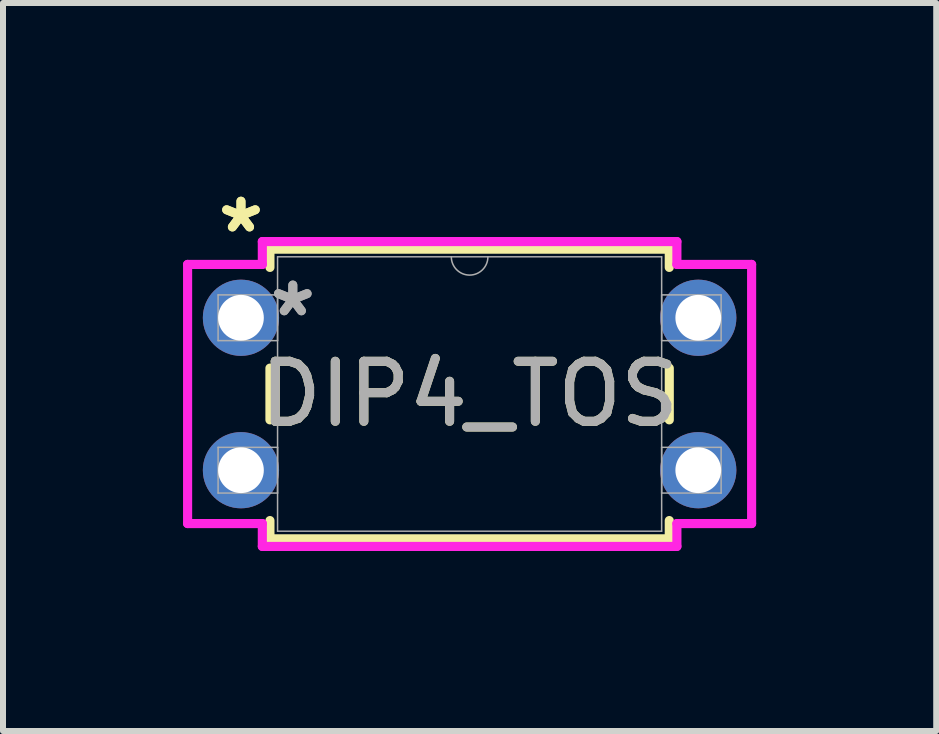
<source format=kicad_pcb>
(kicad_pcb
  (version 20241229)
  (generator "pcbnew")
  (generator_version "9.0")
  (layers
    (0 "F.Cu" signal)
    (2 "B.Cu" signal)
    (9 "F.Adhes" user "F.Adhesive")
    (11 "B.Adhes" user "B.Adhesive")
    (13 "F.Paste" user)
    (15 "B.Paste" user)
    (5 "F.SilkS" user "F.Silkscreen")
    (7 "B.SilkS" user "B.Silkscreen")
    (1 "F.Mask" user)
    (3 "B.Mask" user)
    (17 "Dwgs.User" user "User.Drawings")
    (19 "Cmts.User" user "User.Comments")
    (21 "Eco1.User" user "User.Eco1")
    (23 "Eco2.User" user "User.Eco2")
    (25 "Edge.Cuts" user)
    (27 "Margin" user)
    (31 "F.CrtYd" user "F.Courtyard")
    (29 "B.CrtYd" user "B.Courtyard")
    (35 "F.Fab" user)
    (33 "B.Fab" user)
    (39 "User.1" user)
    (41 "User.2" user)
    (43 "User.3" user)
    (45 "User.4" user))
  (footprint "DIP4_TOS"
    (layer "F.Cu")
    (at 0.965 2.245)
    (property "Reference" "DIP4_TOS" (at 3.81 1.27 0) (unlocked yes) (layer "F.SilkS") (effects (font (size 1 1) (thickness 0.15))))
    (attr through_hole)
    (fp_line (start 0.483 -1.143) (end 0.483 -0.839) (stroke (width 0.152) (type solid)) (layer "F.SilkS"))
    (fp_line (start 0.483 0.839) (end 0.483 1.701) (stroke (width 0.152) (type solid)) (layer "F.SilkS"))
    (fp_line (start 0.483 3.379) (end 0.483 3.683) (stroke (width 0.152) (type solid)) (layer "F.SilkS"))
    (fp_line (start 0.483 3.683) (end 7.137 3.683) (stroke (width 0.152) (type solid)) (layer "F.SilkS"))
    (fp_line (start 7.137 -1.143) (end 0.483 -1.143) (stroke (width 0.152) (type solid)) (layer "F.SilkS"))
    (fp_line (start 7.137 -0.839) (end 7.137 -1.143) (stroke (width 0.152) (type solid)) (layer "F.SilkS"))
    (fp_line (start 7.137 1.701) (end 7.137 0.839) (stroke (width 0.152) (type solid)) (layer "F.SilkS"))
    (fp_line (start 7.137 3.683) (end 7.137 3.379) (stroke (width 0.152) (type solid)) (layer "F.SilkS"))
    (fp_line (start -0.889 -0.889) (end 0.356 -0.889) (stroke (width 0.152) (type solid)) (layer "F.CrtYd"))
    (fp_line (start -0.889 3.429) (end -0.889 -0.889) (stroke (width 0.152) (type solid)) (layer "F.CrtYd"))
    (fp_line (start 0.356 -1.27) (end 7.264 -1.27) (stroke (width 0.152) (type solid)) (layer "F.CrtYd"))
    (fp_line (start 0.356 -0.889) (end 0.356 -1.27) (stroke (width 0.152) (type solid)) (layer "F.CrtYd"))
    (fp_line (start 0.356 3.429) (end -0.889 3.429) (stroke (width 0.152) (type solid)) (layer "F.CrtYd"))
    (fp_line (start 0.356 3.81) (end 0.356 3.429) (stroke (width 0.152) (type solid)) (layer "F.CrtYd"))
    (fp_line (start 7.264 -1.27) (end 7.264 -0.889) (stroke (width 0.152) (type solid)) (layer "F.CrtYd"))
    (fp_line (start 7.264 3.429) (end 7.264 3.81) (stroke (width 0.152) (type solid)) (layer "F.CrtYd"))
    (fp_line (start 7.264 3.81) (end 0.356 3.81) (stroke (width 0.152) (type solid)) (layer "F.CrtYd"))
    (fp_line (start 8.509 -0.889) (end 7.264 -0.889) (stroke (width 0.152) (type solid)) (layer "F.CrtYd"))
    (fp_line (start 8.509 -0.889) (end 8.509 3.429) (stroke (width 0.152) (type solid)) (layer "F.CrtYd"))
    (fp_line (start 8.509 3.429) (end 7.264 3.429) (stroke (width 0.152) (type solid)) (layer "F.CrtYd"))
    (fp_line (start -0.381 -0.381) (end -0.381 0.381) (stroke (width 0.025) (type solid)) (layer "F.Fab"))
    (fp_line (start -0.381 0.381) (end 0.61 0.381) (stroke (width 0.025) (type solid)) (layer "F.Fab"))
    (fp_line (start -0.381 2.159) (end -0.381 2.921) (stroke (width 0.025) (type solid)) (layer "F.Fab"))
    (fp_line (start -0.381 2.921) (end 0.61 2.921) (stroke (width 0.025) (type solid)) (layer "F.Fab"))
    (fp_line (start 0.61 -1.016) (end 0.61 3.556) (stroke (width 0.025) (type solid)) (layer "F.Fab"))
    (fp_line (start 0.61 -0.381) (end -0.381 -0.381) (stroke (width 0.025) (type solid)) (layer "F.Fab"))
    (fp_line (start 0.61 0.381) (end 0.61 -0.381) (stroke (width 0.025) (type solid)) (layer "F.Fab"))
    (fp_line (start 0.61 2.159) (end -0.381 2.159) (stroke (width 0.025) (type solid)) (layer "F.Fab"))
    (fp_line (start 0.61 2.921) (end 0.61 2.159) (stroke (width 0.025) (type solid)) (layer "F.Fab"))
    (fp_line (start 0.61 3.556) (end 7.01 3.556) (stroke (width 0.025) (type solid)) (layer "F.Fab"))
    (fp_line (start 7.01 -1.016) (end 0.61 -1.016) (stroke (width 0.025) (type solid)) (layer "F.Fab"))
    (fp_line (start 7.01 -0.381) (end 7.01 0.381) (stroke (width 0.025) (type solid)) (layer "F.Fab"))
    (fp_line (start 7.01 0.381) (end 8.001 0.381) (stroke (width 0.025) (type solid)) (layer "F.Fab"))
    (fp_line (start 7.01 2.159) (end 7.01 2.921) (stroke (width 0.025) (type solid)) (layer "F.Fab"))
    (fp_line (start 7.01 2.921) (end 8.001 2.921) (stroke (width 0.025) (type solid)) (layer "F.Fab"))
    (fp_line (start 7.01 3.556) (end 7.01 -1.016) (stroke (width 0.025) (type solid)) (layer "F.Fab"))
    (fp_line (start 8.001 -0.381) (end 7.01 -0.381) (stroke (width 0.025) (type solid)) (layer "F.Fab"))
    (fp_line (start 8.001 0.381) (end 8.001 -0.381) (stroke (width 0.025) (type solid)) (layer "F.Fab"))
    (fp_line (start 8.001 2.159) (end 7.01 2.159) (stroke (width 0.025) (type solid)) (layer "F.Fab"))
    (fp_line (start 8.001 2.921) (end 8.001 2.159) (stroke (width 0.025) (type solid)) (layer "F.Fab"))
    (fp_arc (start 4.1148 -1.016) (mid 3.81 -0.7112) (end 3.5052 -1.016) (stroke (width 0.0254) (type solid)) (layer "F.Fab"))
    (fp_text user "*" (at 0 -1.397 0) (unlocked yes) (layer "F.SilkS") (effects (font (size 1 1) (thickness 0.15))))
    (fp_text user "*" (at 0 -1.397 0) (layer "F.SilkS") (effects (font (size 1 1) (thickness 0.15))))
    (fp_text user "${REFERENCE}" (at 3.81 1.27 0) (unlocked yes) (layer "F.Fab") (effects (font (size 1 1) (thickness 0.15))))
    (fp_text user "*" (at 0.864 0 0) (layer "F.Fab") (effects (font (size 1 1) (thickness 0.15))))
    (fp_text user "*" (at 0.864 0 0) (unlocked yes) (layer "F.Fab") (effects (font (size 1 1) (thickness 0.15))))
    (pad "1" thru_hole circle (at 0 0) (size 1.27 1.27) (drill 0.762) (layers "*.Cu" "*.Mask"))
    (pad "2" thru_hole circle (at 0 2.54) (size 1.27 1.27) (drill 0.762) (layers "*.Cu" "*.Mask"))
    (pad "3" thru_hole circle (at 7.62 2.54) (size 1.27 1.27) (drill 0.762) (layers "*.Cu" "*.Mask"))
    (pad "4" thru_hole circle (at 7.62 0) (size 1.27 1.27) (drill 0.762) (layers "*.Cu" "*.Mask")))
  (gr_rect
    (start -3 -3)
    (end 12.55 9.131)
    (stroke (width 0.1) (type default))
    (fill no)
    (layer "Edge.Cuts")))
</source>
